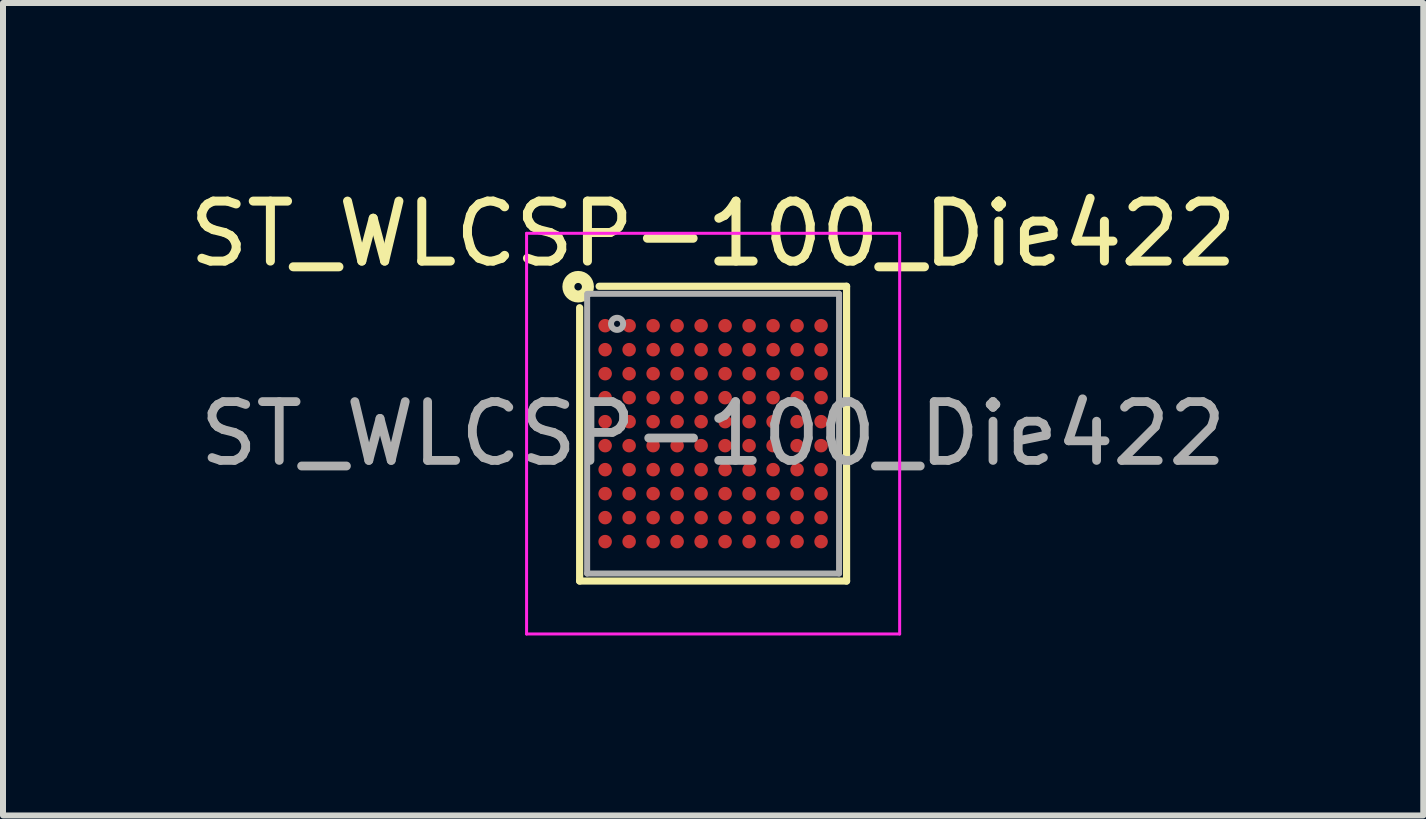
<source format=kicad_pcb>
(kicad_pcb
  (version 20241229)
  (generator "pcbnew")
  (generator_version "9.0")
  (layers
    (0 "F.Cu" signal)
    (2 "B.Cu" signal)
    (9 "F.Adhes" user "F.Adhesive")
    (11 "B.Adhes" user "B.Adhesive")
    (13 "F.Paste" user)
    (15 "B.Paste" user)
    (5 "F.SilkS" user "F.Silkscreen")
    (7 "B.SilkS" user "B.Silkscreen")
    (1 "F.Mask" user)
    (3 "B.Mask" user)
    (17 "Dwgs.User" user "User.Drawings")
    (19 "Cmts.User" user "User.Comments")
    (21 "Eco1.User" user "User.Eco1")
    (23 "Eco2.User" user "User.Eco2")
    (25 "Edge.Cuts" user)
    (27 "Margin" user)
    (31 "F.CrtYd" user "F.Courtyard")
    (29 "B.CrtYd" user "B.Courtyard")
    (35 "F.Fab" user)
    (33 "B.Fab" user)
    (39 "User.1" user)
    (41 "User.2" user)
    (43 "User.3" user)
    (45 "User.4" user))
  (footprint "ST_WLCSP-100_Die422"
    (layer "F.Cu")
    (at 8.839 4.18)
    (property "Reference" "ST_WLCSP-100_Die422" (at 0 -3.332 0) (layer "F.SilkS") (effects (font (size 1 1) (thickness 0.15))))
    (attr smd)
    (fp_line (start -2.225 2.457) (end -2.225 -2.1) (stroke (width 0.12) (type solid)) (layer "F.SilkS"))
    (fp_line (start -1.9 -2.457) (end 2.225 -2.457) (stroke (width 0.12) (type solid)) (layer "F.SilkS"))
    (fp_line (start 2.225 -2.457) (end 2.225 2.457) (stroke (width 0.12) (type solid)) (layer "F.SilkS"))
    (fp_line (start 2.225 2.457) (end -2.225 2.457) (stroke (width 0.12) (type solid)) (layer "F.SilkS"))
    (fp_circle (center -2.25 -2.45) (end -2.187 -2.45) (stroke (width 0.2) (type solid)) (fill no) (layer "F.SilkS"))
    (fp_line (start -3.11 -3.34) (end -3.11 3.34) (stroke (width 0.05) (type solid)) (layer "F.CrtYd"))
    (fp_line (start -3.11 3.34) (end 3.11 3.34) (stroke (width 0.05) (type solid)) (layer "F.CrtYd"))
    (fp_line (start 3.11 -3.34) (end -3.11 -3.34) (stroke (width 0.05) (type solid)) (layer "F.CrtYd"))
    (fp_line (start 3.11 3.34) (end 3.11 -3.34) (stroke (width 0.05) (type solid)) (layer "F.CrtYd"))
    (fp_line (start -2.1 2.332) (end -2.1 -2.33) (stroke (width 0.1) (type solid)) (layer "F.Fab"))
    (fp_line (start -2.09 -2.332) (end 2.1 -2.332) (stroke (width 0.1) (type solid)) (layer "F.Fab"))
    (fp_line (start 2.1 -2.332) (end 2.1 2.332) (stroke (width 0.1) (type solid)) (layer "F.Fab"))
    (fp_line (start 2.1 2.332) (end -2.1 2.332) (stroke (width 0.1) (type solid)) (layer "F.Fab"))
    (fp_circle (center -1.601 -1.831) (end -1.5 -1.831) (stroke (width 0.1) (type solid)) (fill no) (layer "F.Fab"))
    (fp_text user "${REFERENCE}" (at 0 0 0) (layer "F.Fab") (effects (font (size 0.98 0.98) (thickness 0.147))))
    (pad "A1" smd circle (at -1.8 -1.8) (size 0.225 0.225) (layers "F.Cu" "F.Mask" "F.Paste"))
    (pad "A2" smd circle (at -1.4 -1.8) (size 0.225 0.225) (layers "F.Cu" "F.Mask" "F.Paste"))
    (pad "A3" smd circle (at -1 -1.8) (size 0.225 0.225) (layers "F.Cu" "F.Mask" "F.Paste"))
    (pad "A4" smd circle (at -0.6 -1.8) (size 0.225 0.225) (layers "F.Cu" "F.Mask" "F.Paste"))
    (pad "A5" smd circle (at -0.2 -1.8) (size 0.225 0.225) (layers "F.Cu" "F.Mask" "F.Paste"))
    (pad "A6" smd circle (at 0.2 -1.8) (size 0.225 0.225) (layers "F.Cu" "F.Mask" "F.Paste"))
    (pad "A7" smd circle (at 0.6 -1.8) (size 0.225 0.225) (layers "F.Cu" "F.Mask" "F.Paste"))
    (pad "A8" smd circle (at 1 -1.8) (size 0.225 0.225) (layers "F.Cu" "F.Mask" "F.Paste"))
    (pad "A9" smd circle (at 1.4 -1.8) (size 0.225 0.225) (layers "F.Cu" "F.Mask" "F.Paste"))
    (pad "A10" smd circle (at 1.8 -1.8) (size 0.225 0.225) (layers "F.Cu" "F.Mask" "F.Paste"))
    (pad "B1" smd circle (at -1.8 -1.4) (size 0.225 0.225) (layers "F.Cu" "F.Mask" "F.Paste"))
    (pad "B2" smd circle (at -1.4 -1.4) (size 0.225 0.225) (layers "F.Cu" "F.Mask" "F.Paste"))
    (pad "B3" smd circle (at -1 -1.4) (size 0.225 0.225) (layers "F.Cu" "F.Mask" "F.Paste"))
    (pad "B4" smd circle (at -0.6 -1.4) (size 0.225 0.225) (layers "F.Cu" "F.Mask" "F.Paste"))
    (pad "B5" smd circle (at -0.2 -1.4) (size 0.225 0.225) (layers "F.Cu" "F.Mask" "F.Paste"))
    (pad "B6" smd circle (at 0.2 -1.4) (size 0.225 0.225) (layers "F.Cu" "F.Mask" "F.Paste"))
    (pad "B7" smd circle (at 0.6 -1.4) (size 0.225 0.225) (layers "F.Cu" "F.Mask" "F.Paste"))
    (pad "B8" smd circle (at 1 -1.4) (size 0.225 0.225) (layers "F.Cu" "F.Mask" "F.Paste"))
    (pad "B9" smd circle (at 1.4 -1.4) (size 0.225 0.225) (layers "F.Cu" "F.Mask" "F.Paste"))
    (pad "B10" smd circle (at 1.8 -1.4) (size 0.225 0.225) (layers "F.Cu" "F.Mask" "F.Paste"))
    (pad "C1" smd circle (at -1.8 -1) (size 0.225 0.225) (layers "F.Cu" "F.Mask" "F.Paste"))
    (pad "C2" smd circle (at -1.4 -1) (size 0.225 0.225) (layers "F.Cu" "F.Mask" "F.Paste"))
    (pad "C3" smd circle (at -1 -1) (size 0.225 0.225) (layers "F.Cu" "F.Mask" "F.Paste"))
    (pad "C4" smd circle (at -0.6 -1) (size 0.225 0.225) (layers "F.Cu" "F.Mask" "F.Paste"))
    (pad "C5" smd circle (at -0.2 -1) (size 0.225 0.225) (layers "F.Cu" "F.Mask" "F.Paste"))
    (pad "C6" smd circle (at 0.2 -1) (size 0.225 0.225) (layers "F.Cu" "F.Mask" "F.Paste"))
    (pad "C7" smd circle (at 0.6 -1) (size 0.225 0.225) (layers "F.Cu" "F.Mask" "F.Paste"))
    (pad "C8" smd circle (at 1 -1) (size 0.225 0.225) (layers "F.Cu" "F.Mask" "F.Paste"))
    (pad "C9" smd circle (at 1.4 -1) (size 0.225 0.225) (layers "F.Cu" "F.Mask" "F.Paste"))
    (pad "C10" smd circle (at 1.8 -1) (size 0.225 0.225) (layers "F.Cu" "F.Mask" "F.Paste"))
    (pad "D1" smd circle (at -1.8 -0.6) (size 0.225 0.225) (layers "F.Cu" "F.Mask" "F.Paste"))
    (pad "D2" smd circle (at -1.4 -0.6) (size 0.225 0.225) (layers "F.Cu" "F.Mask" "F.Paste"))
    (pad "D3" smd circle (at -1 -0.6) (size 0.225 0.225) (layers "F.Cu" "F.Mask" "F.Paste"))
    (pad "D4" smd circle (at -0.6 -0.6) (size 0.225 0.225) (layers "F.Cu" "F.Mask" "F.Paste"))
    (pad "D5" smd circle (at -0.2 -0.6) (size 0.225 0.225) (layers "F.Cu" "F.Mask" "F.Paste"))
    (pad "D6" smd circle (at 0.2 -0.6) (size 0.225 0.225) (layers "F.Cu" "F.Mask" "F.Paste"))
    (pad "D7" smd circle (at 0.6 -0.6) (size 0.225 0.225) (layers "F.Cu" "F.Mask" "F.Paste"))
    (pad "D8" smd circle (at 1 -0.6) (size 0.225 0.225) (layers "F.Cu" "F.Mask" "F.Paste"))
    (pad "D9" smd circle (at 1.4 -0.6) (size 0.225 0.225) (layers "F.Cu" "F.Mask" "F.Paste"))
    (pad "D10" smd circle (at 1.8 -0.6) (size 0.225 0.225) (layers "F.Cu" "F.Mask" "F.Paste"))
    (pad "E1" smd circle (at -1.8 -0.2) (size 0.225 0.225) (layers "F.Cu" "F.Mask" "F.Paste"))
    (pad "E2" smd circle (at -1.4 -0.2) (size 0.225 0.225) (layers "F.Cu" "F.Mask" "F.Paste"))
    (pad "E3" smd circle (at -1 -0.2) (size 0.225 0.225) (layers "F.Cu" "F.Mask" "F.Paste"))
    (pad "E4" smd circle (at -0.6 -0.2) (size 0.225 0.225) (layers "F.Cu" "F.Mask" "F.Paste"))
    (pad "E5" smd circle (at -0.2 -0.2) (size 0.225 0.225) (layers "F.Cu" "F.Mask" "F.Paste"))
    (pad "E6" smd circle (at 0.2 -0.2) (size 0.225 0.225) (layers "F.Cu" "F.Mask" "F.Paste"))
    (pad "E7" smd circle (at 0.6 -0.2) (size 0.225 0.225) (layers "F.Cu" "F.Mask" "F.Paste"))
    (pad "E8" smd circle (at 1 -0.2) (size 0.225 0.225) (layers "F.Cu" "F.Mask" "F.Paste"))
    (pad "E9" smd circle (at 1.4 -0.2) (size 0.225 0.225) (layers "F.Cu" "F.Mask" "F.Paste"))
    (pad "E10" smd circle (at 1.8 -0.2) (size 0.225 0.225) (layers "F.Cu" "F.Mask" "F.Paste"))
    (pad "F1" smd circle (at -1.8 0.2) (size 0.225 0.225) (layers "F.Cu" "F.Mask" "F.Paste"))
    (pad "F2" smd circle (at -1.4 0.2) (size 0.225 0.225) (layers "F.Cu" "F.Mask" "F.Paste"))
    (pad "F3" smd circle (at -1 0.2) (size 0.225 0.225) (layers "F.Cu" "F.Mask" "F.Paste"))
    (pad "F4" smd circle (at -0.6 0.2) (size 0.225 0.225) (layers "F.Cu" "F.Mask" "F.Paste"))
    (pad "F5" smd circle (at -0.2 0.2) (size 0.225 0.225) (layers "F.Cu" "F.Mask" "F.Paste"))
    (pad "F6" smd circle (at 0.2 0.2) (size 0.225 0.225) (layers "F.Cu" "F.Mask" "F.Paste"))
    (pad "F7" smd circle (at 0.6 0.2) (size 0.225 0.225) (layers "F.Cu" "F.Mask" "F.Paste"))
    (pad "F8" smd circle (at 1 0.2) (size 0.225 0.225) (layers "F.Cu" "F.Mask" "F.Paste"))
    (pad "F9" smd circle (at 1.4 0.2) (size 0.225 0.225) (layers "F.Cu" "F.Mask" "F.Paste"))
    (pad "F10" smd circle (at 1.8 0.2) (size 0.225 0.225) (layers "F.Cu" "F.Mask" "F.Paste"))
    (pad "G1" smd circle (at -1.8 0.6) (size 0.225 0.225) (layers "F.Cu" "F.Mask" "F.Paste"))
    (pad "G2" smd circle (at -1.4 0.6) (size 0.225 0.225) (layers "F.Cu" "F.Mask" "F.Paste"))
    (pad "G3" smd circle (at -1 0.6) (size 0.225 0.225) (layers "F.Cu" "F.Mask" "F.Paste"))
    (pad "G4" smd circle (at -0.6 0.6) (size 0.225 0.225) (layers "F.Cu" "F.Mask" "F.Paste"))
    (pad "G5" smd circle (at -0.2 0.6) (size 0.225 0.225) (layers "F.Cu" "F.Mask" "F.Paste"))
    (pad "G6" smd circle (at 0.2 0.6) (size 0.225 0.225) (layers "F.Cu" "F.Mask" "F.Paste"))
    (pad "G7" smd circle (at 0.6 0.6) (size 0.225 0.225) (layers "F.Cu" "F.Mask" "F.Paste"))
    (pad "G8" smd circle (at 1 0.6) (size 0.225 0.225) (layers "F.Cu" "F.Mask" "F.Paste"))
    (pad "G9" smd circle (at 1.4 0.6) (size 0.225 0.225) (layers "F.Cu" "F.Mask" "F.Paste"))
    (pad "G10" smd circle (at 1.8 0.6) (size 0.225 0.225) (layers "F.Cu" "F.Mask" "F.Paste"))
    (pad "H1" smd circle (at -1.8 1) (size 0.225 0.225) (layers "F.Cu" "F.Mask" "F.Paste"))
    (pad "H2" smd circle (at -1.4 1) (size 0.225 0.225) (layers "F.Cu" "F.Mask" "F.Paste"))
    (pad "H3" smd circle (at -1 1) (size 0.225 0.225) (layers "F.Cu" "F.Mask" "F.Paste"))
    (pad "H4" smd circle (at -0.6 1) (size 0.225 0.225) (layers "F.Cu" "F.Mask" "F.Paste"))
    (pad "H5" smd circle (at -0.2 1) (size 0.225 0.225) (layers "F.Cu" "F.Mask" "F.Paste"))
    (pad "H6" smd circle (at 0.2 1) (size 0.225 0.225) (layers "F.Cu" "F.Mask" "F.Paste"))
    (pad "H7" smd circle (at 0.6 1) (size 0.225 0.225) (layers "F.Cu" "F.Mask" "F.Paste"))
    (pad "H8" smd circle (at 1 1) (size 0.225 0.225) (layers "F.Cu" "F.Mask" "F.Paste"))
    (pad "H9" smd circle (at 1.4 1) (size 0.225 0.225) (layers "F.Cu" "F.Mask" "F.Paste"))
    (pad "H10" smd circle (at 1.8 1) (size 0.225 0.225) (layers "F.Cu" "F.Mask" "F.Paste"))
    (pad "J1" smd circle (at -1.8 1.4) (size 0.225 0.225) (layers "F.Cu" "F.Mask" "F.Paste"))
    (pad "J2" smd circle (at -1.4 1.4) (size 0.225 0.225) (layers "F.Cu" "F.Mask" "F.Paste"))
    (pad "J3" smd circle (at -1 1.4) (size 0.225 0.225) (layers "F.Cu" "F.Mask" "F.Paste"))
    (pad "J4" smd circle (at -0.6 1.4) (size 0.225 0.225) (layers "F.Cu" "F.Mask" "F.Paste"))
    (pad "J5" smd circle (at -0.2 1.4) (size 0.225 0.225) (layers "F.Cu" "F.Mask" "F.Paste"))
    (pad "J6" smd circle (at 0.2 1.4) (size 0.225 0.225) (layers "F.Cu" "F.Mask" "F.Paste"))
    (pad "J7" smd circle (at 0.6 1.4) (size 0.225 0.225) (layers "F.Cu" "F.Mask" "F.Paste"))
    (pad "J8" smd circle (at 1 1.4) (size 0.225 0.225) (layers "F.Cu" "F.Mask" "F.Paste"))
    (pad "J9" smd circle (at 1.4 1.4) (size 0.225 0.225) (layers "F.Cu" "F.Mask" "F.Paste"))
    (pad "J10" smd circle (at 1.8 1.4) (size 0.225 0.225) (layers "F.Cu" "F.Mask" "F.Paste"))
    (pad "K1" smd circle (at -1.8 1.8) (size 0.225 0.225) (layers "F.Cu" "F.Mask" "F.Paste"))
    (pad "K2" smd circle (at -1.4 1.8) (size 0.225 0.225) (layers "F.Cu" "F.Mask" "F.Paste"))
    (pad "K3" smd circle (at -1 1.8) (size 0.225 0.225) (layers "F.Cu" "F.Mask" "F.Paste"))
    (pad "K4" smd circle (at -0.6 1.8) (size 0.225 0.225) (layers "F.Cu" "F.Mask" "F.Paste"))
    (pad "K5" smd circle (at -0.2 1.8) (size 0.225 0.225) (layers "F.Cu" "F.Mask" "F.Paste"))
    (pad "K6" smd circle (at 0.2 1.8) (size 0.225 0.225) (layers "F.Cu" "F.Mask" "F.Paste"))
    (pad "K7" smd circle (at 0.6 1.8) (size 0.225 0.225) (layers "F.Cu" "F.Mask" "F.Paste"))
    (pad "K8" smd circle (at 1 1.8) (size 0.225 0.225) (layers "F.Cu" "F.Mask" "F.Paste"))
    (pad "K9" smd circle (at 1.4 1.8) (size 0.225 0.225) (layers "F.Cu" "F.Mask" "F.Paste"))
    (pad "K10" smd circle (at 1.8 1.8) (size 0.225 0.225) (layers "F.Cu" "F.Mask" "F.Paste")))
  (gr_rect
    (start -3 -3)
    (end 20.679 10.545)
    (stroke (width 0.1) (type default))
    (fill no)
    (layer "Edge.Cuts")))
</source>
